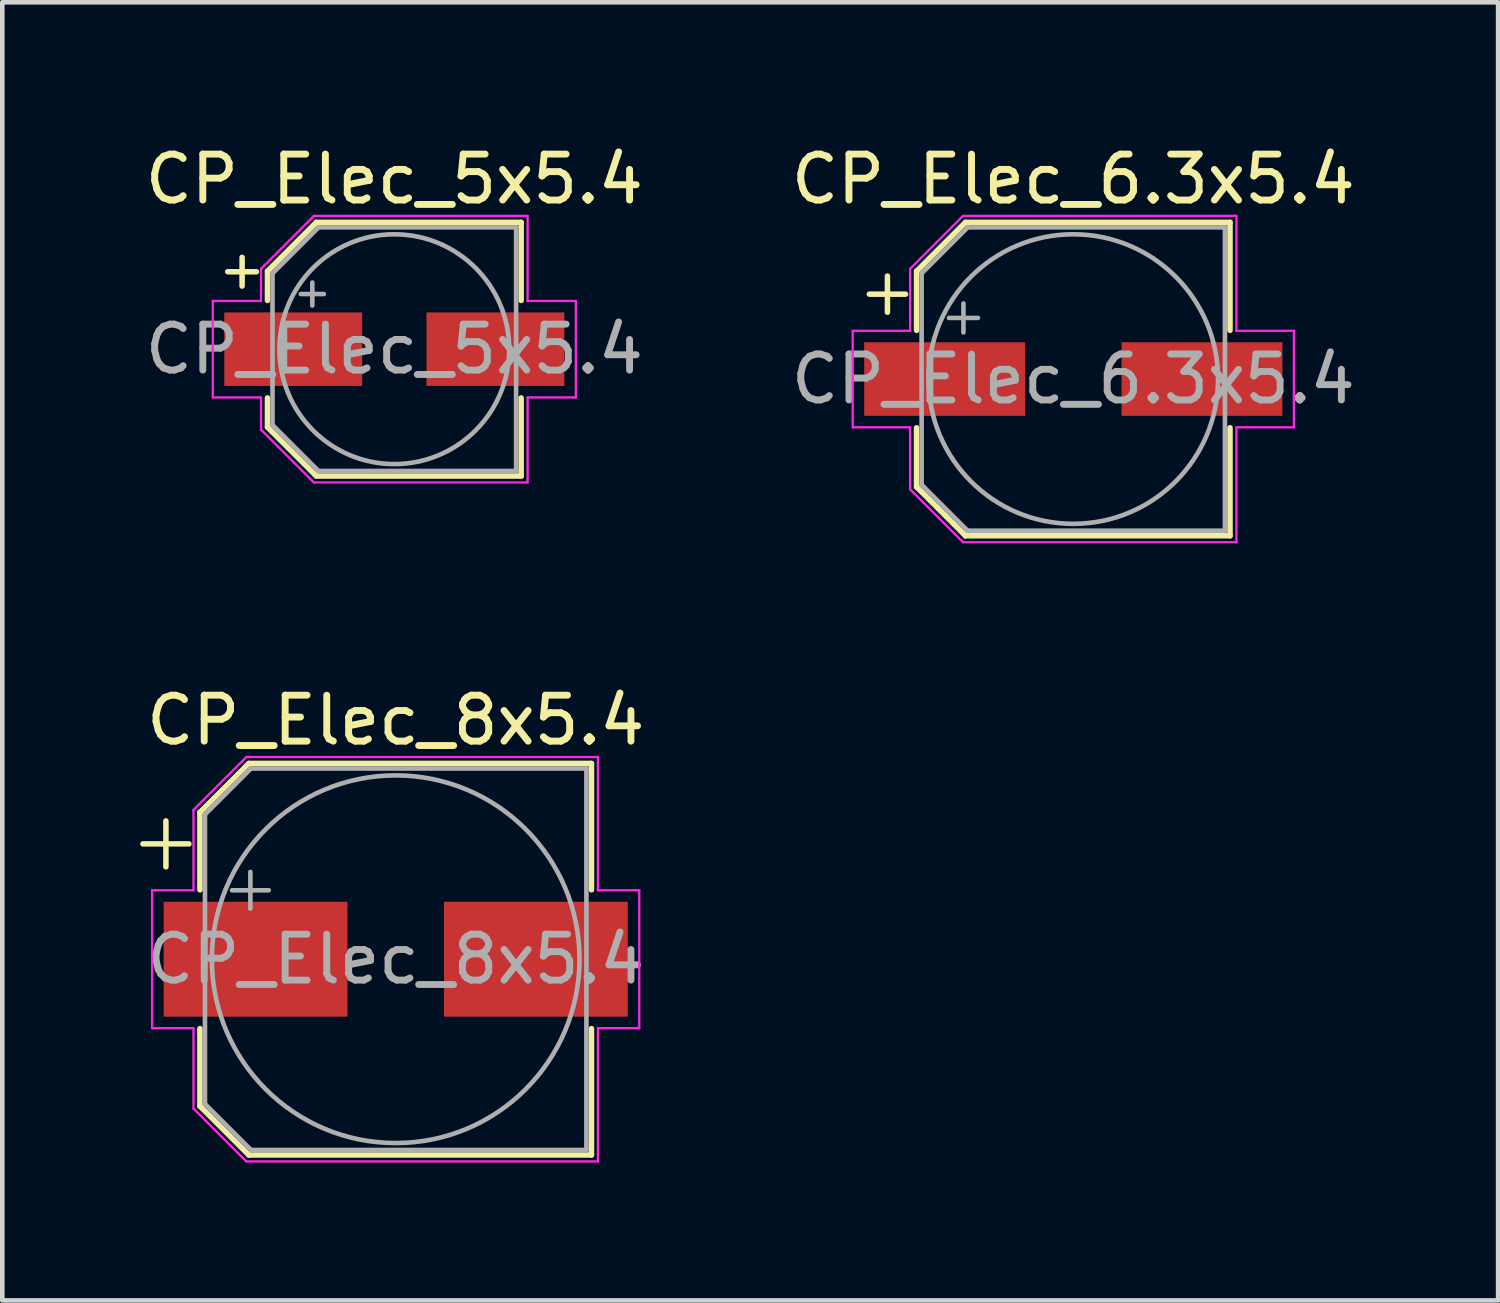
<source format=kicad_pcb>
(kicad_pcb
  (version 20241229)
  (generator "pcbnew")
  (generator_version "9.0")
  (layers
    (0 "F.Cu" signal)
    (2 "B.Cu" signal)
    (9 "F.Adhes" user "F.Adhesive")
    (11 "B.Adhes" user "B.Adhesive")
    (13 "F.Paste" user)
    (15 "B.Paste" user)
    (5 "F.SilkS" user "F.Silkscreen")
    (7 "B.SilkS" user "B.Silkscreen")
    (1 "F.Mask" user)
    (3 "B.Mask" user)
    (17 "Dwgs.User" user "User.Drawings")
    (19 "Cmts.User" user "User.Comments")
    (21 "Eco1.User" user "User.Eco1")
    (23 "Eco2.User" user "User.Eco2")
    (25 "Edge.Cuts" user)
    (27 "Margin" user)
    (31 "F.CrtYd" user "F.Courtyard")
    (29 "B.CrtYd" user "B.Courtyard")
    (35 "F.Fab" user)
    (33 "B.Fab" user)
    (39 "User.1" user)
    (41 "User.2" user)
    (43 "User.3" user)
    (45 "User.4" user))
  (footprint "CP_Elec_8x5.4"
    (layer "F.Cu")
    (at 5.56 17.822)
    (property "Reference" "CP_Elec_8x5.4" (at 0 -5.2 0) (layer "F.SilkS") (effects (font (size 1 1) (thickness 0.15))))
    (attr smd)
    (fp_line (start -5.5 -2.51) (end -4.5 -2.51) (stroke (width 0.12) (type solid)) (layer "F.SilkS"))
    (fp_line (start -5 -3.01) (end -5 -2.01) (stroke (width 0.12) (type solid)) (layer "F.SilkS"))
    (fp_line (start -4.26 -3.196) (end -4.26 -1.51) (stroke (width 0.12) (type solid)) (layer "F.SilkS"))
    (fp_line (start -4.26 -3.196) (end -3.196 -4.26) (stroke (width 0.12) (type solid)) (layer "F.SilkS"))
    (fp_line (start -4.26 3.196) (end -4.26 1.51) (stroke (width 0.12) (type solid)) (layer "F.SilkS"))
    (fp_line (start -4.26 3.196) (end -3.196 4.26) (stroke (width 0.12) (type solid)) (layer "F.SilkS"))
    (fp_line (start -3.196 -4.26) (end 4.26 -4.26) (stroke (width 0.12) (type solid)) (layer "F.SilkS"))
    (fp_line (start -3.196 4.26) (end 4.26 4.26) (stroke (width 0.12) (type solid)) (layer "F.SilkS"))
    (fp_line (start 4.26 -4.26) (end 4.26 -1.51) (stroke (width 0.12) (type solid)) (layer "F.SilkS"))
    (fp_line (start 4.26 4.26) (end 4.26 1.51) (stroke (width 0.12) (type solid)) (layer "F.SilkS"))
    (fp_line (start -5.3 -1.5) (end -5.3 1.5) (stroke (width 0.05) (type solid)) (layer "F.CrtYd"))
    (fp_line (start -5.3 1.5) (end -4.4 1.5) (stroke (width 0.05) (type solid)) (layer "F.CrtYd"))
    (fp_line (start -4.4 -3.25) (end -4.4 -1.5) (stroke (width 0.05) (type solid)) (layer "F.CrtYd"))
    (fp_line (start -4.4 -3.25) (end -3.25 -4.4) (stroke (width 0.05) (type solid)) (layer "F.CrtYd"))
    (fp_line (start -4.4 -1.5) (end -5.3 -1.5) (stroke (width 0.05) (type solid)) (layer "F.CrtYd"))
    (fp_line (start -4.4 1.5) (end -4.4 3.25) (stroke (width 0.05) (type solid)) (layer "F.CrtYd"))
    (fp_line (start -4.4 3.25) (end -3.25 4.4) (stroke (width 0.05) (type solid)) (layer "F.CrtYd"))
    (fp_line (start -3.25 -4.4) (end 4.4 -4.4) (stroke (width 0.05) (type solid)) (layer "F.CrtYd"))
    (fp_line (start -3.25 4.4) (end 4.4 4.4) (stroke (width 0.05) (type solid)) (layer "F.CrtYd"))
    (fp_line (start 4.4 -4.4) (end 4.4 -1.5) (stroke (width 0.05) (type solid)) (layer "F.CrtYd"))
    (fp_line (start 4.4 -1.5) (end 5.3 -1.5) (stroke (width 0.05) (type solid)) (layer "F.CrtYd"))
    (fp_line (start 4.4 1.5) (end 4.4 4.4) (stroke (width 0.05) (type solid)) (layer "F.CrtYd"))
    (fp_line (start 5.3 -1.5) (end 5.3 1.5) (stroke (width 0.05) (type solid)) (layer "F.CrtYd"))
    (fp_line (start 5.3 1.5) (end 4.4 1.5) (stroke (width 0.05) (type solid)) (layer "F.CrtYd"))
    (fp_line (start -4.15 -3.15) (end -4.15 3.15) (stroke (width 0.1) (type solid)) (layer "F.Fab"))
    (fp_line (start -4.15 -3.15) (end -3.15 -4.15) (stroke (width 0.1) (type solid)) (layer "F.Fab"))
    (fp_line (start -4.15 3.15) (end -3.15 4.15) (stroke (width 0.1) (type solid)) (layer "F.Fab"))
    (fp_line (start -3.562 -1.5) (end -2.762 -1.5) (stroke (width 0.1) (type solid)) (layer "F.Fab"))
    (fp_line (start -3.162 -1.9) (end -3.162 -1.1) (stroke (width 0.1) (type solid)) (layer "F.Fab"))
    (fp_line (start -3.15 -4.15) (end 4.15 -4.15) (stroke (width 0.1) (type solid)) (layer "F.Fab"))
    (fp_line (start -3.15 4.15) (end 4.15 4.15) (stroke (width 0.1) (type solid)) (layer "F.Fab"))
    (fp_line (start 4.15 -4.15) (end 4.15 4.15) (stroke (width 0.1) (type solid)) (layer "F.Fab"))
    (fp_circle (center 0 0) (end 4 0) (stroke (width 0.1) (type solid)) (fill no) (layer "F.Fab"))
    (fp_text user "${REFERENCE}" (at 0 0 0) (layer "F.Fab") (effects (font (size 1 1) (thickness 0.15))))
    (pad "1" smd rect (at -3.05 0) (size 4 2.5) (layers "F.Cu" "F.Mask" "F.Paste"))
    (pad "2" smd rect (at 3.05 0) (size 4 2.5) (layers "F.Cu" "F.Mask" "F.Paste")))
  (footprint "CP_Elec_6.3x5.4"
    (layer "F.Cu")
    (at 20.304 5.198)
    (property "Reference" "CP_Elec_6.3x5.4" (at 0 -4.35 0) (layer "F.SilkS") (effects (font (size 1 1) (thickness 0.15))))
    (attr smd)
    (fp_line (start -4.438 -1.847) (end -3.65 -1.847) (stroke (width 0.12) (type solid)) (layer "F.SilkS"))
    (fp_line (start -4.044 -2.241) (end -4.044 -1.454) (stroke (width 0.12) (type solid)) (layer "F.SilkS"))
    (fp_line (start -3.41 -2.346) (end -3.41 -1.06) (stroke (width 0.12) (type solid)) (layer "F.SilkS"))
    (fp_line (start -3.41 -2.346) (end -2.346 -3.41) (stroke (width 0.12) (type solid)) (layer "F.SilkS"))
    (fp_line (start -3.41 2.346) (end -3.41 1.06) (stroke (width 0.12) (type solid)) (layer "F.SilkS"))
    (fp_line (start -3.41 2.346) (end -2.346 3.41) (stroke (width 0.12) (type solid)) (layer "F.SilkS"))
    (fp_line (start -2.346 -3.41) (end 3.41 -3.41) (stroke (width 0.12) (type solid)) (layer "F.SilkS"))
    (fp_line (start -2.346 3.41) (end 3.41 3.41) (stroke (width 0.12) (type solid)) (layer "F.SilkS"))
    (fp_line (start 3.41 -3.41) (end 3.41 -1.06) (stroke (width 0.12) (type solid)) (layer "F.SilkS"))
    (fp_line (start 3.41 3.41) (end 3.41 1.06) (stroke (width 0.12) (type solid)) (layer "F.SilkS"))
    (fp_line (start -4.8 -1.05) (end -4.8 1.05) (stroke (width 0.05) (type solid)) (layer "F.CrtYd"))
    (fp_line (start -4.8 1.05) (end -3.55 1.05) (stroke (width 0.05) (type solid)) (layer "F.CrtYd"))
    (fp_line (start -3.55 -2.4) (end -3.55 -1.05) (stroke (width 0.05) (type solid)) (layer "F.CrtYd"))
    (fp_line (start -3.55 -2.4) (end -2.4 -3.55) (stroke (width 0.05) (type solid)) (layer "F.CrtYd"))
    (fp_line (start -3.55 -1.05) (end -4.8 -1.05) (stroke (width 0.05) (type solid)) (layer "F.CrtYd"))
    (fp_line (start -3.55 1.05) (end -3.55 2.4) (stroke (width 0.05) (type solid)) (layer "F.CrtYd"))
    (fp_line (start -3.55 2.4) (end -2.4 3.55) (stroke (width 0.05) (type solid)) (layer "F.CrtYd"))
    (fp_line (start -2.4 -3.55) (end 3.55 -3.55) (stroke (width 0.05) (type solid)) (layer "F.CrtYd"))
    (fp_line (start -2.4 3.55) (end 3.55 3.55) (stroke (width 0.05) (type solid)) (layer "F.CrtYd"))
    (fp_line (start 3.55 -3.55) (end 3.55 -1.05) (stroke (width 0.05) (type solid)) (layer "F.CrtYd"))
    (fp_line (start 3.55 -1.05) (end 4.8 -1.05) (stroke (width 0.05) (type solid)) (layer "F.CrtYd"))
    (fp_line (start 3.55 1.05) (end 3.55 3.55) (stroke (width 0.05) (type solid)) (layer "F.CrtYd"))
    (fp_line (start 4.8 -1.05) (end 4.8 1.05) (stroke (width 0.05) (type solid)) (layer "F.CrtYd"))
    (fp_line (start 4.8 1.05) (end 3.55 1.05) (stroke (width 0.05) (type solid)) (layer "F.CrtYd"))
    (fp_line (start -3.3 -2.3) (end -3.3 2.3) (stroke (width 0.1) (type solid)) (layer "F.Fab"))
    (fp_line (start -3.3 -2.3) (end -2.3 -3.3) (stroke (width 0.1) (type solid)) (layer "F.Fab"))
    (fp_line (start -3.3 2.3) (end -2.3 3.3) (stroke (width 0.1) (type solid)) (layer "F.Fab"))
    (fp_line (start -2.705 -1.33) (end -2.075 -1.33) (stroke (width 0.1) (type solid)) (layer "F.Fab"))
    (fp_line (start -2.39 -1.645) (end -2.39 -1.015) (stroke (width 0.1) (type solid)) (layer "F.Fab"))
    (fp_line (start -2.3 -3.3) (end 3.3 -3.3) (stroke (width 0.1) (type solid)) (layer "F.Fab"))
    (fp_line (start -2.3 3.3) (end 3.3 3.3) (stroke (width 0.1) (type solid)) (layer "F.Fab"))
    (fp_line (start 3.3 -3.3) (end 3.3 3.3) (stroke (width 0.1) (type solid)) (layer "F.Fab"))
    (fp_circle (center 0 0) (end 3.15 0) (stroke (width 0.1) (type solid)) (fill no) (layer "F.Fab"))
    (fp_text user "${REFERENCE}" (at 0 0 0) (layer "F.Fab") (effects (font (size 1 1) (thickness 0.15))))
    (pad "1" smd rect (at -2.8 0) (size 3.5 1.6) (layers "F.Cu" "F.Mask" "F.Paste"))
    (pad "2" smd rect (at 2.8 0) (size 3.5 1.6) (layers "F.Cu" "F.Mask" "F.Paste")))
  (footprint "CP_Elec_5x5.4"
    (layer "F.Cu")
    (at 5.53 4.548)
    (property "Reference" "CP_Elec_5x5.4" (at 0 -3.7 0) (layer "F.SilkS") (effects (font (size 1 1) (thickness 0.15))))
    (attr smd)
    (fp_line (start -3.625 -1.685) (end -3 -1.685) (stroke (width 0.12) (type solid)) (layer "F.SilkS"))
    (fp_line (start -3.312 -1.998) (end -3.312 -1.373) (stroke (width 0.12) (type solid)) (layer "F.SilkS"))
    (fp_line (start -2.76 -1.696) (end -2.76 -1.06) (stroke (width 0.12) (type solid)) (layer "F.SilkS"))
    (fp_line (start -2.76 -1.696) (end -1.696 -2.76) (stroke (width 0.12) (type solid)) (layer "F.SilkS"))
    (fp_line (start -2.76 1.696) (end -2.76 1.06) (stroke (width 0.12) (type solid)) (layer "F.SilkS"))
    (fp_line (start -2.76 1.696) (end -1.696 2.76) (stroke (width 0.12) (type solid)) (layer "F.SilkS"))
    (fp_line (start -1.696 -2.76) (end 2.76 -2.76) (stroke (width 0.12) (type solid)) (layer "F.SilkS"))
    (fp_line (start -1.696 2.76) (end 2.76 2.76) (stroke (width 0.12) (type solid)) (layer "F.SilkS"))
    (fp_line (start 2.76 -2.76) (end 2.76 -1.06) (stroke (width 0.12) (type solid)) (layer "F.SilkS"))
    (fp_line (start 2.76 2.76) (end 2.76 1.06) (stroke (width 0.12) (type solid)) (layer "F.SilkS"))
    (fp_line (start -3.95 -1.05) (end -3.95 1.05) (stroke (width 0.05) (type solid)) (layer "F.CrtYd"))
    (fp_line (start -3.95 1.05) (end -2.9 1.05) (stroke (width 0.05) (type solid)) (layer "F.CrtYd"))
    (fp_line (start -2.9 -1.75) (end -2.9 -1.05) (stroke (width 0.05) (type solid)) (layer "F.CrtYd"))
    (fp_line (start -2.9 -1.75) (end -1.75 -2.9) (stroke (width 0.05) (type solid)) (layer "F.CrtYd"))
    (fp_line (start -2.9 -1.05) (end -3.95 -1.05) (stroke (width 0.05) (type solid)) (layer "F.CrtYd"))
    (fp_line (start -2.9 1.05) (end -2.9 1.75) (stroke (width 0.05) (type solid)) (layer "F.CrtYd"))
    (fp_line (start -2.9 1.75) (end -1.75 2.9) (stroke (width 0.05) (type solid)) (layer "F.CrtYd"))
    (fp_line (start -1.75 -2.9) (end 2.9 -2.9) (stroke (width 0.05) (type solid)) (layer "F.CrtYd"))
    (fp_line (start -1.75 2.9) (end 2.9 2.9) (stroke (width 0.05) (type solid)) (layer "F.CrtYd"))
    (fp_line (start 2.9 -2.9) (end 2.9 -1.05) (stroke (width 0.05) (type solid)) (layer "F.CrtYd"))
    (fp_line (start 2.9 -1.05) (end 3.95 -1.05) (stroke (width 0.05) (type solid)) (layer "F.CrtYd"))
    (fp_line (start 2.9 1.05) (end 2.9 2.9) (stroke (width 0.05) (type solid)) (layer "F.CrtYd"))
    (fp_line (start 3.95 -1.05) (end 3.95 1.05) (stroke (width 0.05) (type solid)) (layer "F.CrtYd"))
    (fp_line (start 3.95 1.05) (end 2.9 1.05) (stroke (width 0.05) (type solid)) (layer "F.CrtYd"))
    (fp_line (start -2.65 -1.65) (end -2.65 1.65) (stroke (width 0.1) (type solid)) (layer "F.Fab"))
    (fp_line (start -2.65 -1.65) (end -1.65 -2.65) (stroke (width 0.1) (type solid)) (layer "F.Fab"))
    (fp_line (start -2.65 1.65) (end -1.65 2.65) (stroke (width 0.1) (type solid)) (layer "F.Fab"))
    (fp_line (start -2.034 -1.2) (end -1.534 -1.2) (stroke (width 0.1) (type solid)) (layer "F.Fab"))
    (fp_line (start -1.784 -1.45) (end -1.784 -0.95) (stroke (width 0.1) (type solid)) (layer "F.Fab"))
    (fp_line (start -1.65 -2.65) (end 2.65 -2.65) (stroke (width 0.1) (type solid)) (layer "F.Fab"))
    (fp_line (start -1.65 2.65) (end 2.65 2.65) (stroke (width 0.1) (type solid)) (layer "F.Fab"))
    (fp_line (start 2.65 -2.65) (end 2.65 2.65) (stroke (width 0.1) (type solid)) (layer "F.Fab"))
    (fp_circle (center 0 0) (end 2.5 0) (stroke (width 0.1) (type solid)) (fill no) (layer "F.Fab"))
    (fp_text user "${REFERENCE}" (at 0 0 0) (layer "F.Fab") (effects (font (size 1 1) (thickness 0.15))))
    (pad "1" smd rect (at -2.2 0) (size 3 1.6) (layers "F.Cu" "F.Mask" "F.Paste"))
    (pad "2" smd rect (at 2.2 0) (size 3 1.6) (layers "F.Cu" "F.Mask" "F.Paste")))
  (gr_rect
    (start -3 -3)
    (end 29.548 25.247)
    (stroke (width 0.1) (type default))
    (fill no)
    (layer "Edge.Cuts")))
</source>
